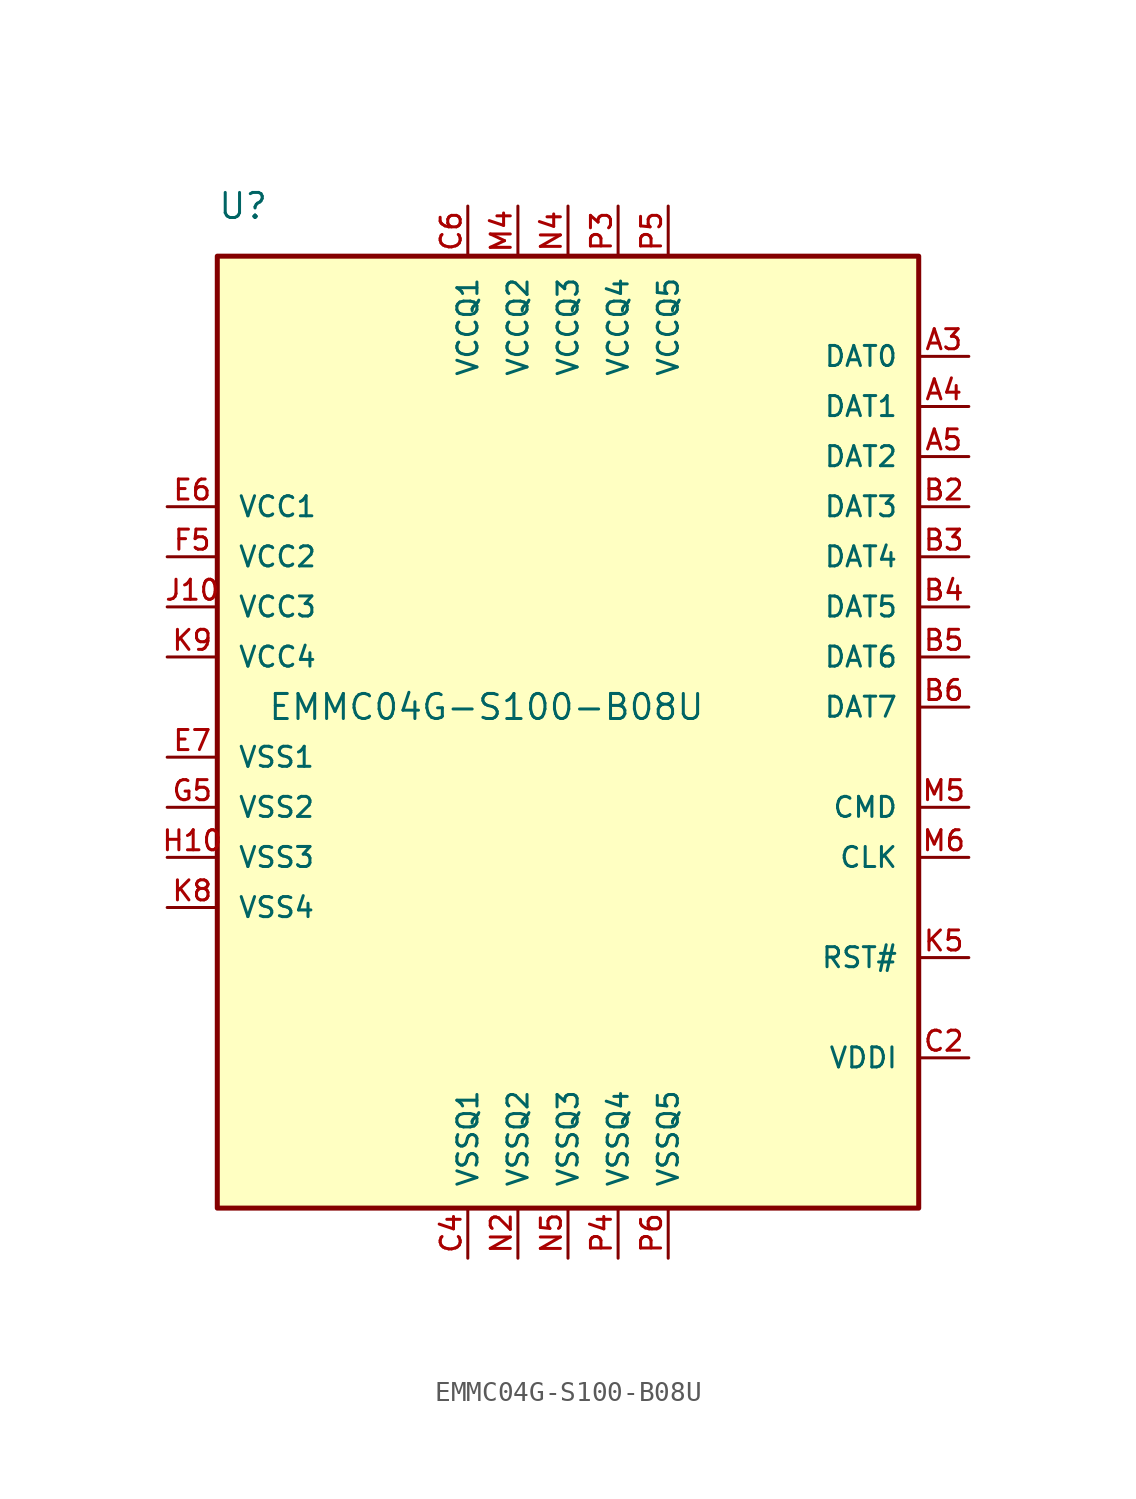
<source format=kicad_sym>
(kicad_symbol_lib
  (version 20211014)
  (generator kicad_symbol_editor)
  (symbol "EMMC04G-S100-B08U"
    (pin_names
      (offset 1.016))
    (property "Reference" "U"
      (at -17.78 25.4 0)
      (effects (font (size 1.27 1.27)) (justify left)))
    (property "Value" "EMMC04G-S100-B08U"
      (at -15.24 0.0 0)
      (effects (font (size 1.27 1.27)) (justify left)))
    (symbol "EMMC04G-S100-B08U_0_0"
      (rectangle (start -17.78 -25.4) (end 17.78 22.86) (stroke (width 0.254)) (fill (type background)))
      (pin bidirectional line (at 20.32 -7.62 180.0) (length 2.54) (name "CLK" (effects (font (size 1.016 1.016)))) (number "M6" (effects (font (size 1.016 1.016)))))
      (pin bidirectional line (at 20.32 -5.08 180.0) (length 2.54) (name "CMD" (effects (font (size 1.016 1.016)))) (number "M5" (effects (font (size 1.016 1.016)))))
      (pin bidirectional line (at 20.32 17.78 180.0) (length 2.54) (name "DAT0" (effects (font (size 1.016 1.016)))) (number "A3" (effects (font (size 1.016 1.016)))))
      (pin bidirectional line (at 20.32 15.24 180.0) (length 2.54) (name "DAT1" (effects (font (size 1.016 1.016)))) (number "A4" (effects (font (size 1.016 1.016)))))
      (pin bidirectional line (at 20.32 12.7 180.0) (length 2.54) (name "DAT2" (effects (font (size 1.016 1.016)))) (number "A5" (effects (font (size 1.016 1.016)))))
      (pin bidirectional line (at 20.32 10.16 180.0) (length 2.54) (name "DAT3" (effects (font (size 1.016 1.016)))) (number "B2" (effects (font (size 1.016 1.016)))))
      (pin bidirectional line (at 20.32 7.62 180.0) (length 2.54) (name "DAT4" (effects (font (size 1.016 1.016)))) (number "B3" (effects (font (size 1.016 1.016)))))
      (pin bidirectional line (at 20.32 5.08 180.0) (length 2.54) (name "DAT5" (effects (font (size 1.016 1.016)))) (number "B4" (effects (font (size 1.016 1.016)))))
      (pin bidirectional line (at 20.32 2.54 180.0) (length 2.54) (name "DAT6" (effects (font (size 1.016 1.016)))) (number "B5" (effects (font (size 1.016 1.016)))))
      (pin bidirectional line (at 20.32 0.0 180.0) (length 2.54) (name "DAT7" (effects (font (size 1.016 1.016)))) (number "B6" (effects (font (size 1.016 1.016)))))
      (pin bidirectional line (at 20.32 -12.7 180.0) (length 2.54) (name "RST#" (effects (font (size 1.016 1.016)))) (number "K5" (effects (font (size 1.016 1.016)))))
      (pin bidirectional line (at -20.32 10.16 0) (length 2.54) (name "VCC1" (effects (font (size 1.016 1.016)))) (number "E6" (effects (font (size 1.016 1.016)))))
      (pin bidirectional line (at -20.32 7.62 0) (length 2.54) (name "VCC2" (effects (font (size 1.016 1.016)))) (number "F5" (effects (font (size 1.016 1.016)))))
      (pin bidirectional line (at -20.32 5.08 0) (length 2.54) (name "VCC3" (effects (font (size 1.016 1.016)))) (number "J10" (effects (font (size 1.016 1.016)))))
      (pin bidirectional line (at -20.32 2.54 0) (length 2.54) (name "VCC4" (effects (font (size 1.016 1.016)))) (number "K9" (effects (font (size 1.016 1.016)))))
      (pin bidirectional line (at -5.08 25.4 270.0) (length 2.54) (name "VCCQ1" (effects (font (size 1.016 1.016)))) (number "C6" (effects (font (size 1.016 1.016)))))
      (pin bidirectional line (at -2.54 25.4 270.0) (length 2.54) (name "VCCQ2" (effects (font (size 1.016 1.016)))) (number "M4" (effects (font (size 1.016 1.016)))))
      (pin bidirectional line (at 0.0 25.4 270.0) (length 2.54) (name "VCCQ3" (effects (font (size 1.016 1.016)))) (number "N4" (effects (font (size 1.016 1.016)))))
      (pin bidirectional line (at 2.54 25.4 270.0) (length 2.54) (name "VCCQ4" (effects (font (size 1.016 1.016)))) (number "P3" (effects (font (size 1.016 1.016)))))
      (pin bidirectional line (at 5.08 25.4 270.0) (length 2.54) (name "VCCQ5" (effects (font (size 1.016 1.016)))) (number "P5" (effects (font (size 1.016 1.016)))))
      (pin bidirectional line (at 20.32 -17.78 180.0) (length 2.54) (name "VDDI" (effects (font (size 1.016 1.016)))) (number "C2" (effects (font (size 1.016 1.016)))))
      (pin bidirectional line (at -20.32 -2.54 0) (length 2.54) (name "VSS1" (effects (font (size 1.016 1.016)))) (number "E7" (effects (font (size 1.016 1.016)))))
      (pin bidirectional line (at -20.32 -5.08 0) (length 2.54) (name "VSS2" (effects (font (size 1.016 1.016)))) (number "G5" (effects (font (size 1.016 1.016)))))
      (pin bidirectional line (at -20.32 -7.62 0) (length 2.54) (name "VSS3" (effects (font (size 1.016 1.016)))) (number "H10" (effects (font (size 1.016 1.016)))))
      (pin bidirectional line (at -20.32 -10.16 0) (length 2.54) (name "VSS4" (effects (font (size 1.016 1.016)))) (number "K8" (effects (font (size 1.016 1.016)))))
      (pin bidirectional line (at -5.08 -27.94 90.0) (length 2.54) (name "VSSQ1" (effects (font (size 1.016 1.016)))) (number "C4" (effects (font (size 1.016 1.016)))))
      (pin bidirectional line (at -2.54 -27.94 90.0) (length 2.54) (name "VSSQ2" (effects (font (size 1.016 1.016)))) (number "N2" (effects (font (size 1.016 1.016)))))
      (pin bidirectional line (at 0.0 -27.94 90.0) (length 2.54) (name "VSSQ3" (effects (font (size 1.016 1.016)))) (number "N5" (effects (font (size 1.016 1.016)))))
      (pin bidirectional line (at 2.54 -27.94 90.0) (length 2.54) (name "VSSQ4" (effects (font (size 1.016 1.016)))) (number "P4" (effects (font (size 1.016 1.016)))))
      (pin bidirectional line (at 5.08 -27.94 90.0) (length 2.54) (name "VSSQ5" (effects (font (size 1.016 1.016)))) (number "P6" (effects (font (size 1.016 1.016))))))))
</source>
